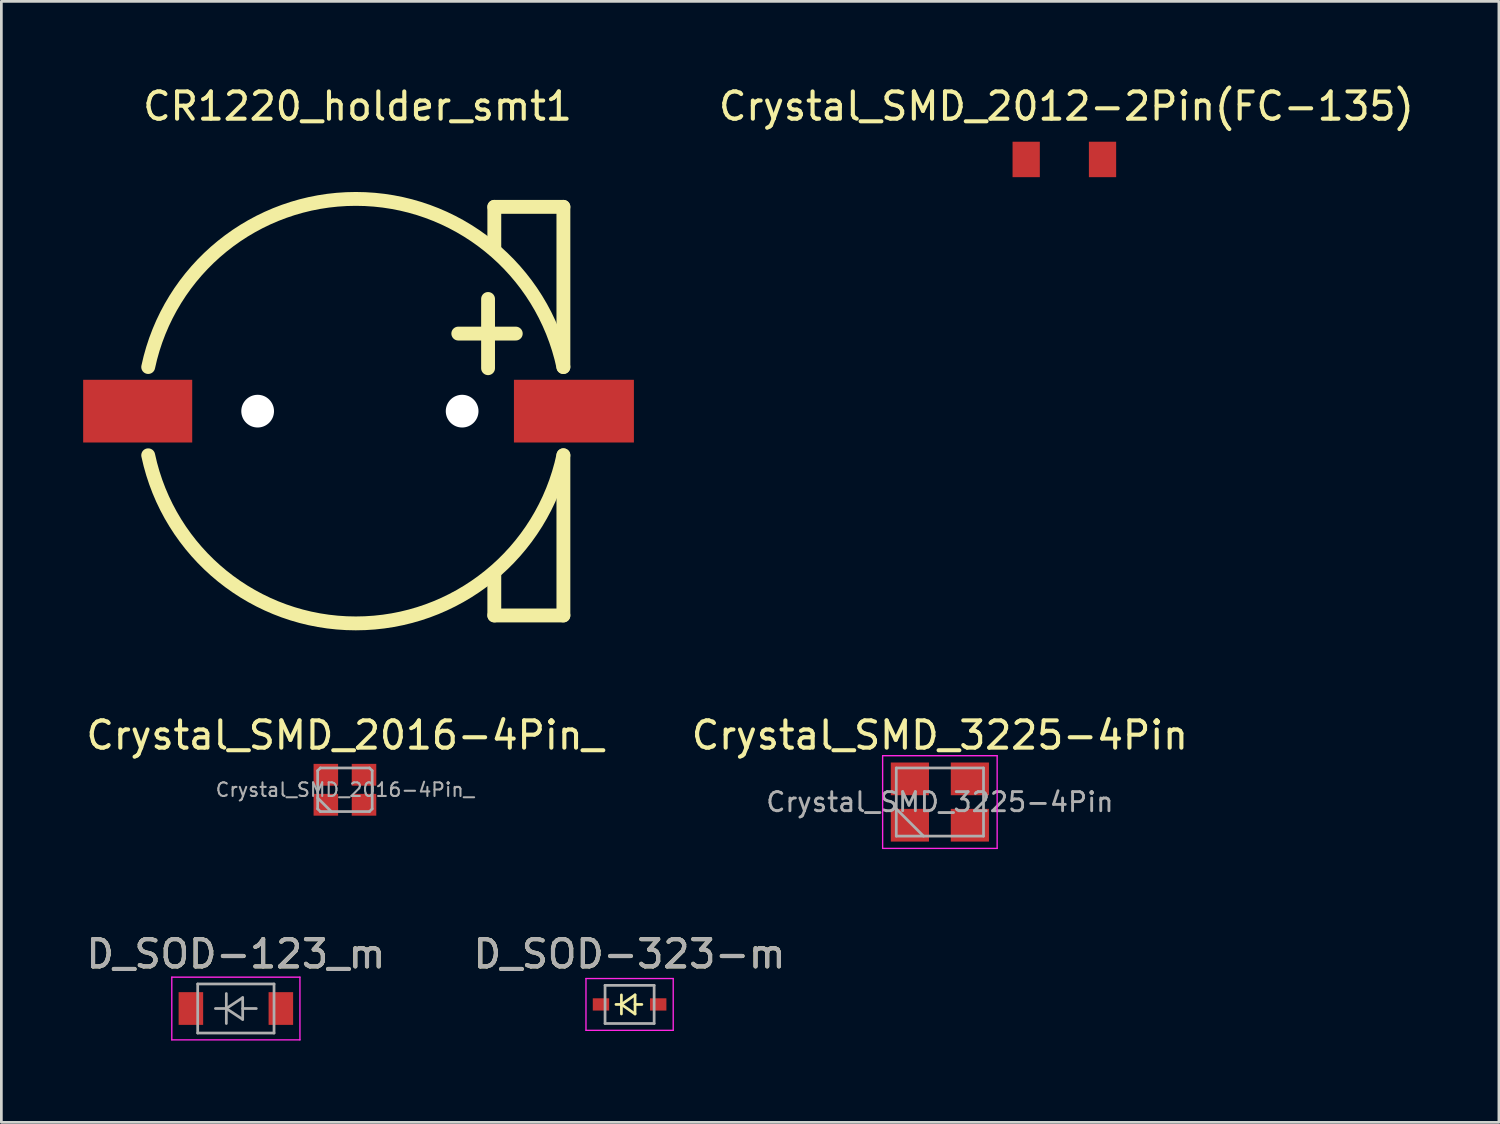
<source format=kicad_pcb>
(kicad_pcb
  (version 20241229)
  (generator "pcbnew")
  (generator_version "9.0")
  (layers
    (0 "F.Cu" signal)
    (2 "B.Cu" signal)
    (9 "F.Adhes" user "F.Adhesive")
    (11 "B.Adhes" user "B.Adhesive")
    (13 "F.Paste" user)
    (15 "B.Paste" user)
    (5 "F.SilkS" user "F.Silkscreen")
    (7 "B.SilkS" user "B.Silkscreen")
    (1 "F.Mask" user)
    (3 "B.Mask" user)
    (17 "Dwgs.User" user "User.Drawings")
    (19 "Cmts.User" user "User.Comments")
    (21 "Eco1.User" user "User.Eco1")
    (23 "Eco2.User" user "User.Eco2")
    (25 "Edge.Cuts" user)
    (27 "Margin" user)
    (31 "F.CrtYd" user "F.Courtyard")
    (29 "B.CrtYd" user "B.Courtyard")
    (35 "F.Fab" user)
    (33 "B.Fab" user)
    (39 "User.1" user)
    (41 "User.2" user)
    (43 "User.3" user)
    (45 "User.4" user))
  (footprint "D_SOD-323-m"
    (layer "F.Cu")
    (at 20.042 33.79)
    (property "Reference" "D_SOD-323-m" (at 0 -1.85 0) (layer "F.SilkS") (effects (font (size 1 1) (thickness 0.15))))
    (attr smd)
    (fp_line (start -0.3 -0.35) (end -0.3 0.35) (stroke (width 0.1) (type solid)) (layer "F.SilkS"))
    (fp_line (start -0.3 0) (end -0.5 0) (stroke (width 0.1) (type solid)) (layer "F.SilkS"))
    (fp_line (start -0.3 0) (end 0.2 -0.35) (stroke (width 0.1) (type solid)) (layer "F.SilkS"))
    (fp_line (start 0.2 -0.35) (end 0.2 0.35) (stroke (width 0.1) (type solid)) (layer "F.SilkS"))
    (fp_line (start 0.2 0) (end 0.45 0) (stroke (width 0.1) (type solid)) (layer "F.SilkS"))
    (fp_line (start 0.2 0.35) (end -0.3 0) (stroke (width 0.1) (type solid)) (layer "F.SilkS"))
    (fp_line (start -1.6 -0.95) (end -1.6 0.95) (stroke (width 0.05) (type solid)) (layer "F.CrtYd"))
    (fp_line (start -1.6 -0.95) (end 1.6 -0.95) (stroke (width 0.05) (type solid)) (layer "F.CrtYd"))
    (fp_line (start -1.6 0.95) (end 1.6 0.95) (stroke (width 0.05) (type solid)) (layer "F.CrtYd"))
    (fp_line (start 1.6 -0.95) (end 1.6 0.95) (stroke (width 0.05) (type solid)) (layer "F.CrtYd"))
    (fp_line (start -0.9 -0.7) (end 0.9 -0.7) (stroke (width 0.1) (type solid)) (layer "F.Fab"))
    (fp_line (start -0.9 0.7) (end -0.9 -0.7) (stroke (width 0.1) (type solid)) (layer "F.Fab"))
    (fp_line (start 0.9 -0.7) (end 0.9 0.7) (stroke (width 0.1) (type solid)) (layer "F.Fab"))
    (fp_line (start 0.9 0.7) (end -0.9 0.7) (stroke (width 0.1) (type solid)) (layer "F.Fab"))
    (fp_text user "${REFERENCE}" (at 0 -1.85 0) (layer "F.Fab") (effects (font (size 1 1) (thickness 0.15))))
    (pad "1" smd rect (at -1.05 0) (size 0.6 0.45) (layers "F.Cu" "F.Mask" "F.Paste"))
    (pad "2" smd rect (at 1.05 0) (size 0.6 0.45) (layers "F.Cu" "F.Mask" "F.Paste")))
  (footprint "CR1220_holder_smt1"
    (layer "F.Cu")
    (at 9.989 12.098)
    (property "Reference" "CR1220_holder_smt1" (at 0.075 -11.25 0) (unlocked yes) (layer "F.SilkS") (effects (font (size 1 1) (thickness 0.15))))
    (attr smd)
    (fp_line (start 4.862 -4.183) (end 4.862 -1.643) (stroke (width 0.508) (type solid)) (layer "F.SilkS"))
    (fp_line (start 5.091 -7.561) (end 5.091 -6.088) (stroke (width 0.508) (type solid)) (layer "F.SilkS"))
    (fp_line (start 5.091 5.952) (end 5.091 7.425) (stroke (width 0.508) (type solid)) (layer "F.SilkS"))
    (fp_line (start 5.878 -2.913) (end 3.77 -2.913) (stroke (width 0.508) (type solid)) (layer "F.SilkS"))
    (fp_line (start 7.625 -7.561) (end 5.091 -7.561) (stroke (width 0.508) (type solid)) (layer "F.SilkS"))
    (fp_line (start 7.625 -7.561) (end 7.625 -1.686) (stroke (width 0.508) (type solid)) (layer "F.SilkS"))
    (fp_line (start 7.625 1.55) (end 7.625 7.425) (stroke (width 0.508) (type solid)) (layer "F.SilkS"))
    (fp_line (start 7.625 7.425) (end 5.091 7.425) (stroke (width 0.508) (type solid)) (layer "F.SilkS"))
    (fp_arc (start -7.603558 -1.686465) (mid 0.01072 -7.852386) (end 7.624998 -1.686465) (stroke (width 0.508) (type solid)) (layer "F.SilkS"))
    (fp_arc (start 7.624998 1.550465) (mid 0.01072 7.716386) (end -7.603558 1.550465) (stroke (width 0.508) (type solid)) (layer "F.SilkS"))
    (pad "" np_thru_hole circle (at -3.589 -0.068) (size 1.2 1.2) (drill 1.2) (layers "*.Cu" "*.Mask"))
    (pad "" np_thru_hole circle (at 3.911 -0.068) (size 1.2 1.2) (drill 1.2) (layers "*.Cu" "*.Mask"))
    (pad "1" smd rect (at 8.011 -0.068) (size 4.4 2.3) (layers "F.Cu" "F.Mask" "F.Paste"))
    (pad "2" smd rect (at -7.989 -0.068) (size 4 2.3) (layers "F.Cu" "F.Mask" "F.Paste")))
  (footprint "D_SOD-123_m"
    (layer "F.Cu")
    (at 5.601 33.94)
    (property "Reference" "D_SOD-123_m" (at 0 -2 0) (layer "F.SilkS") (effects (font (size 1 1) (thickness 0.15))))
    (attr smd)
    (fp_line (start -2.35 -1.15) (end -2.35 1.15) (stroke (width 0.05) (type solid)) (layer "F.CrtYd"))
    (fp_line (start -2.35 -1.15) (end 2.35 -1.15) (stroke (width 0.05) (type solid)) (layer "F.CrtYd"))
    (fp_line (start 2.35 -1.15) (end 2.35 1.15) (stroke (width 0.05) (type solid)) (layer "F.CrtYd"))
    (fp_line (start 2.35 1.15) (end -2.35 1.15) (stroke (width 0.05) (type solid)) (layer "F.CrtYd"))
    (fp_line (start -1.4 -0.9) (end 1.4 -0.9) (stroke (width 0.1) (type solid)) (layer "F.Fab"))
    (fp_line (start -1.4 0.9) (end -1.4 -0.9) (stroke (width 0.1) (type solid)) (layer "F.Fab"))
    (fp_line (start -0.75 0) (end -0.35 0) (stroke (width 0.1) (type solid)) (layer "F.Fab"))
    (fp_line (start -0.35 0) (end -0.35 -0.55) (stroke (width 0.1) (type solid)) (layer "F.Fab"))
    (fp_line (start -0.35 0) (end -0.35 0.55) (stroke (width 0.1) (type solid)) (layer "F.Fab"))
    (fp_line (start -0.35 0) (end 0.25 -0.4) (stroke (width 0.1) (type solid)) (layer "F.Fab"))
    (fp_line (start 0.25 -0.4) (end 0.25 0.4) (stroke (width 0.1) (type solid)) (layer "F.Fab"))
    (fp_line (start 0.25 0) (end 0.75 0) (stroke (width 0.1) (type solid)) (layer "F.Fab"))
    (fp_line (start 0.25 0.4) (end -0.35 0) (stroke (width 0.1) (type solid)) (layer "F.Fab"))
    (fp_line (start 1.4 -0.9) (end 1.4 0.9) (stroke (width 0.1) (type solid)) (layer "F.Fab"))
    (fp_line (start 1.4 0.9) (end -1.4 0.9) (stroke (width 0.1) (type solid)) (layer "F.Fab"))
    (fp_text user "${REFERENCE}" (at 0 -2 0) (layer "F.Fab") (effects (font (size 1 1) (thickness 0.15))))
    (pad "1" smd rect (at -1.65 0) (size 0.9 1.2) (layers "F.Cu" "F.Mask" "F.Paste"))
    (pad "2" smd rect (at 1.65 0) (size 0.9 1.2) (layers "F.Cu" "F.Mask" "F.Paste")))
  (footprint "Crystal_SMD_2012-2Pin(FC-135)"
    (layer "F.Cu")
    (at 36.063 2.848)
    (property "Reference" "Crystal_SMD_2012-2Pin(FC-135)" (at 0 -2 0) (layer "F.SilkS") (effects (font (size 1 1) (thickness 0.15))))
    (attr smd)
    (pad "1" smd rect (at -1.475 -0.05) (size 1 1.3) (layers "F.Cu" "F.Mask" "F.Paste"))
    (pad "2" smd rect (at 1.325 -0.05) (size 1 1.3) (layers "F.Cu" "F.Mask" "F.Paste")))
  (footprint "Crystal_SMD_2016-4Pin_"
    (layer "F.Cu")
    (at 9.601 25.917)
    (property "Reference" "Crystal_SMD_2016-4Pin_" (at 0 -2 0) (layer "F.SilkS") (effects (font (size 1 1) (thickness 0.15))))
    (attr smd)
    (fp_line (start -1 -0.7) (end -0.9 -0.8) (stroke (width 0.1) (type solid)) (layer "F.Fab"))
    (fp_line (start -1 0.3) (end -0.5 0.8) (stroke (width 0.1) (type solid)) (layer "F.Fab"))
    (fp_line (start -1 0.7) (end -1 -0.7) (stroke (width 0.1) (type solid)) (layer "F.Fab"))
    (fp_line (start -0.9 -0.8) (end 0.9 -0.8) (stroke (width 0.1) (type solid)) (layer "F.Fab"))
    (fp_line (start -0.9 0.8) (end -1 0.7) (stroke (width 0.1) (type solid)) (layer "F.Fab"))
    (fp_line (start 0.9 -0.8) (end 1 -0.7) (stroke (width 0.1) (type solid)) (layer "F.Fab"))
    (fp_line (start 0.9 0.8) (end -0.9 0.8) (stroke (width 0.1) (type solid)) (layer "F.Fab"))
    (fp_line (start 1 -0.7) (end 1 0.7) (stroke (width 0.1) (type solid)) (layer "F.Fab"))
    (fp_line (start 1 0.7) (end 0.9 0.8) (stroke (width 0.1) (type solid)) (layer "F.Fab"))
    (fp_text user "${REFERENCE}" (at 0 0 0) (layer "F.Fab") (effects (font (size 0.5 0.5) (thickness 0.075))))
    (pad "1" smd rect (at -0.7 0.55) (size 0.9 0.8) (layers "F.Cu" "F.Mask" "F.Paste"))
    (pad "2" smd rect (at 0.7 0.55) (size 0.9 0.8) (layers "F.Cu" "F.Mask" "F.Paste"))
    (pad "3" smd rect (at 0.7 -0.55) (size 0.9 0.8) (layers "F.Cu" "F.Mask" "F.Paste"))
    (pad "4" smd rect (at -0.7 -0.55) (size 0.9 0.8) (layers "F.Cu" "F.Mask" "F.Paste")))
  (footprint "Crystal_SMD_3225-4Pin"
    (layer "F.Cu")
    (at 31.423 26.367)
    (property "Reference" "Crystal_SMD_3225-4Pin" (at 0 -2.45 0) (layer "F.SilkS") (effects (font (size 1 1) (thickness 0.15))))
    (attr smd)
    (fp_line (start -2.1 -1.7) (end -2.1 1.7) (stroke (width 0.05) (type solid)) (layer "F.CrtYd"))
    (fp_line (start -2.1 1.7) (end 2.1 1.7) (stroke (width 0.05) (type solid)) (layer "F.CrtYd"))
    (fp_line (start 2.1 -1.7) (end -2.1 -1.7) (stroke (width 0.05) (type solid)) (layer "F.CrtYd"))
    (fp_line (start 2.1 1.7) (end 2.1 -1.7) (stroke (width 0.05) (type solid)) (layer "F.CrtYd"))
    (fp_line (start -1.6 -1.25) (end -1.6 1.25) (stroke (width 0.1) (type solid)) (layer "F.Fab"))
    (fp_line (start -1.6 0.25) (end -0.6 1.25) (stroke (width 0.1) (type solid)) (layer "F.Fab"))
    (fp_line (start -1.6 1.25) (end 1.6 1.25) (stroke (width 0.1) (type solid)) (layer "F.Fab"))
    (fp_line (start 1.6 -1.25) (end -1.6 -1.25) (stroke (width 0.1) (type solid)) (layer "F.Fab"))
    (fp_line (start 1.6 1.25) (end 1.6 -1.25) (stroke (width 0.1) (type solid)) (layer "F.Fab"))
    (fp_text user "${REFERENCE}" (at 0 0 0) (layer "F.Fab") (effects (font (size 0.7 0.7) (thickness 0.105))))
    (pad "1" smd rect (at -1.1 0.85) (size 1.4 1.2) (layers "F.Cu" "F.Mask" "F.Paste"))
    (pad "2" smd rect (at 1.1 0.85) (size 1.4 1.2) (layers "F.Cu" "F.Mask" "F.Paste"))
    (pad "3" smd rect (at 1.1 -0.85) (size 1.4 1.2) (layers "F.Cu" "F.Mask" "F.Paste"))
    (pad "4" smd rect (at -1.1 -0.85) (size 1.4 1.2) (layers "F.Cu" "F.Mask" "F.Paste")))
  (gr_rect
    (start -3 -3)
    (end 51.926 38.115)
    (stroke (width 0.1) (type default))
    (fill no)
    (layer "Edge.Cuts")))
</source>
